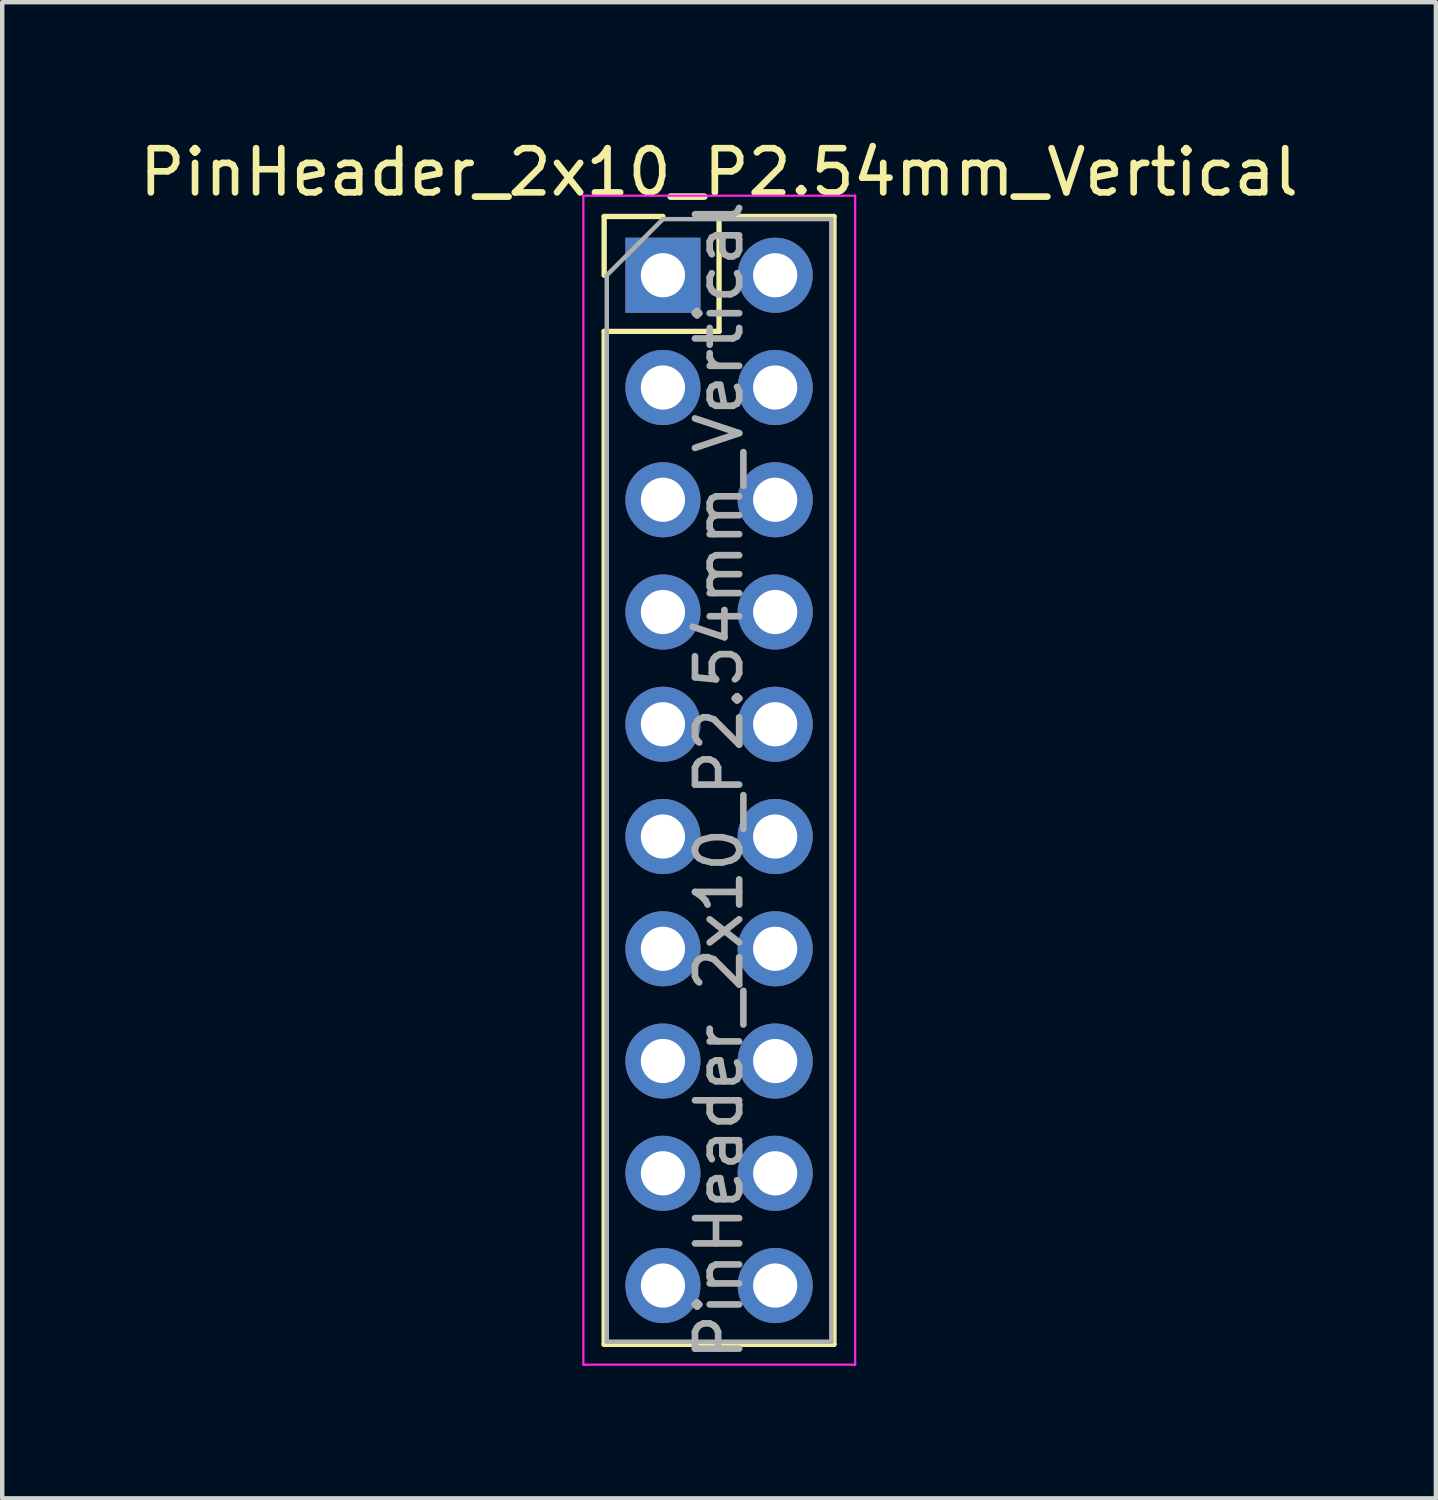
<source format=kicad_pcb>
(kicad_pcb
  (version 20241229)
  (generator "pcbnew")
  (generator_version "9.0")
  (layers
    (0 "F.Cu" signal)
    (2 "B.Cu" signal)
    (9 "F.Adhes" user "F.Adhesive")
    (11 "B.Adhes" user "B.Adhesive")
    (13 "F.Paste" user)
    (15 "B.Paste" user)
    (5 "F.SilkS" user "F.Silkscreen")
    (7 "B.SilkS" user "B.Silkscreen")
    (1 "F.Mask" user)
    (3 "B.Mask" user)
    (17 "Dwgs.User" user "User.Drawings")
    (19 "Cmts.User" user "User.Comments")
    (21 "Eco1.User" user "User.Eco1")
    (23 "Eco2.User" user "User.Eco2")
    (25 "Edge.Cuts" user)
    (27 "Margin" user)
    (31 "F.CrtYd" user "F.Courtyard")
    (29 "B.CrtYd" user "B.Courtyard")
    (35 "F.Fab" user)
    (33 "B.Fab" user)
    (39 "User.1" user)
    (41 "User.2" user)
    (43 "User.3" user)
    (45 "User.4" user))
  (footprint "PinHeader_2x10_P2.54mm_Vertical"
    (layer "F.Cu")
    (at 11.95 3.178)
    (property "Reference" "PinHeader_2x10_P2.54mm_Vertical" (at 1.27 -2.33 0) (layer "F.SilkS") (effects (font (size 1 1) (thickness 0.15))))
    (attr through_hole)
    (fp_line (start -1.33 -1.33) (end 0 -1.33) (stroke (width 0.12) (type solid)) (layer "F.SilkS"))
    (fp_line (start -1.33 0) (end -1.33 -1.33) (stroke (width 0.12) (type solid)) (layer "F.SilkS"))
    (fp_line (start -1.33 1.27) (end -1.33 24.19) (stroke (width 0.12) (type solid)) (layer "F.SilkS"))
    (fp_line (start -1.33 1.27) (end 1.27 1.27) (stroke (width 0.12) (type solid)) (layer "F.SilkS"))
    (fp_line (start -1.33 24.19) (end 3.87 24.19) (stroke (width 0.12) (type solid)) (layer "F.SilkS"))
    (fp_line (start 1.27 -1.33) (end 3.87 -1.33) (stroke (width 0.12) (type solid)) (layer "F.SilkS"))
    (fp_line (start 1.27 1.27) (end 1.27 -1.33) (stroke (width 0.12) (type solid)) (layer "F.SilkS"))
    (fp_line (start 3.87 -1.33) (end 3.87 24.19) (stroke (width 0.12) (type solid)) (layer "F.SilkS"))
    (fp_line (start -1.8 -1.8) (end -1.8 24.65) (stroke (width 0.05) (type solid)) (layer "F.CrtYd"))
    (fp_line (start -1.8 24.65) (end 4.35 24.65) (stroke (width 0.05) (type solid)) (layer "F.CrtYd"))
    (fp_line (start 4.35 -1.8) (end -1.8 -1.8) (stroke (width 0.05) (type solid)) (layer "F.CrtYd"))
    (fp_line (start 4.35 24.65) (end 4.35 -1.8) (stroke (width 0.05) (type solid)) (layer "F.CrtYd"))
    (fp_line (start -1.27 0) (end 0 -1.27) (stroke (width 0.1) (type solid)) (layer "F.Fab"))
    (fp_line (start -1.27 24.13) (end -1.27 0) (stroke (width 0.1) (type solid)) (layer "F.Fab"))
    (fp_line (start 0 -1.27) (end 3.81 -1.27) (stroke (width 0.1) (type solid)) (layer "F.Fab"))
    (fp_line (start 3.81 -1.27) (end 3.81 24.13) (stroke (width 0.1) (type solid)) (layer "F.Fab"))
    (fp_line (start 3.81 24.13) (end -1.27 24.13) (stroke (width 0.1) (type solid)) (layer "F.Fab"))
    (fp_text user "${REFERENCE}" (at 1.27 11.43 90) (layer "F.Fab") (effects (font (size 1 1) (thickness 0.15))))
    (pad "1" thru_hole rect (at 0 0) (size 1.7 1.7) (drill 1) (layers "*.Cu" "*.Mask"))
    (pad "2" thru_hole oval (at 2.54 0) (size 1.7 1.7) (drill 1) (layers "*.Cu" "*.Mask"))
    (pad "3" thru_hole oval (at 0 2.54) (size 1.7 1.7) (drill 1) (layers "*.Cu" "*.Mask"))
    (pad "4" thru_hole oval (at 2.54 2.54) (size 1.7 1.7) (drill 1) (layers "*.Cu" "*.Mask"))
    (pad "5" thru_hole oval (at 0 5.08) (size 1.7 1.7) (drill 1) (layers "*.Cu" "*.Mask"))
    (pad "6" thru_hole oval (at 2.54 5.08) (size 1.7 1.7) (drill 1) (layers "*.Cu" "*.Mask"))
    (pad "7" thru_hole oval (at 0 7.62) (size 1.7 1.7) (drill 1) (layers "*.Cu" "*.Mask"))
    (pad "8" thru_hole oval (at 2.54 7.62) (size 1.7 1.7) (drill 1) (layers "*.Cu" "*.Mask"))
    (pad "9" thru_hole oval (at 0 10.16) (size 1.7 1.7) (drill 1) (layers "*.Cu" "*.Mask"))
    (pad "10" thru_hole oval (at 2.54 10.16) (size 1.7 1.7) (drill 1) (layers "*.Cu" "*.Mask"))
    (pad "11" thru_hole oval (at 0 12.7) (size 1.7 1.7) (drill 1) (layers "*.Cu" "*.Mask"))
    (pad "12" thru_hole oval (at 2.54 12.7) (size 1.7 1.7) (drill 1) (layers "*.Cu" "*.Mask"))
    (pad "13" thru_hole oval (at 0 15.24) (size 1.7 1.7) (drill 1) (layers "*.Cu" "*.Mask"))
    (pad "14" thru_hole oval (at 2.54 15.24) (size 1.7 1.7) (drill 1) (layers "*.Cu" "*.Mask"))
    (pad "15" thru_hole oval (at 0 17.78) (size 1.7 1.7) (drill 1) (layers "*.Cu" "*.Mask"))
    (pad "16" thru_hole oval (at 2.54 17.78) (size 1.7 1.7) (drill 1) (layers "*.Cu" "*.Mask"))
    (pad "17" thru_hole oval (at 0 20.32) (size 1.7 1.7) (drill 1) (layers "*.Cu" "*.Mask"))
    (pad "18" thru_hole oval (at 2.54 20.32) (size 1.7 1.7) (drill 1) (layers "*.Cu" "*.Mask"))
    (pad "19" thru_hole oval (at 0 22.86) (size 1.7 1.7) (drill 1) (layers "*.Cu" "*.Mask"))
    (pad "20" thru_hole oval (at 2.54 22.86) (size 1.7 1.7) (drill 1) (layers "*.Cu" "*.Mask")))
  (gr_rect
    (start -3 -3)
    (end 29.44 30.853)
    (stroke (width 0.1) (type default))
    (fill no)
    (layer "Edge.Cuts")))
</source>
